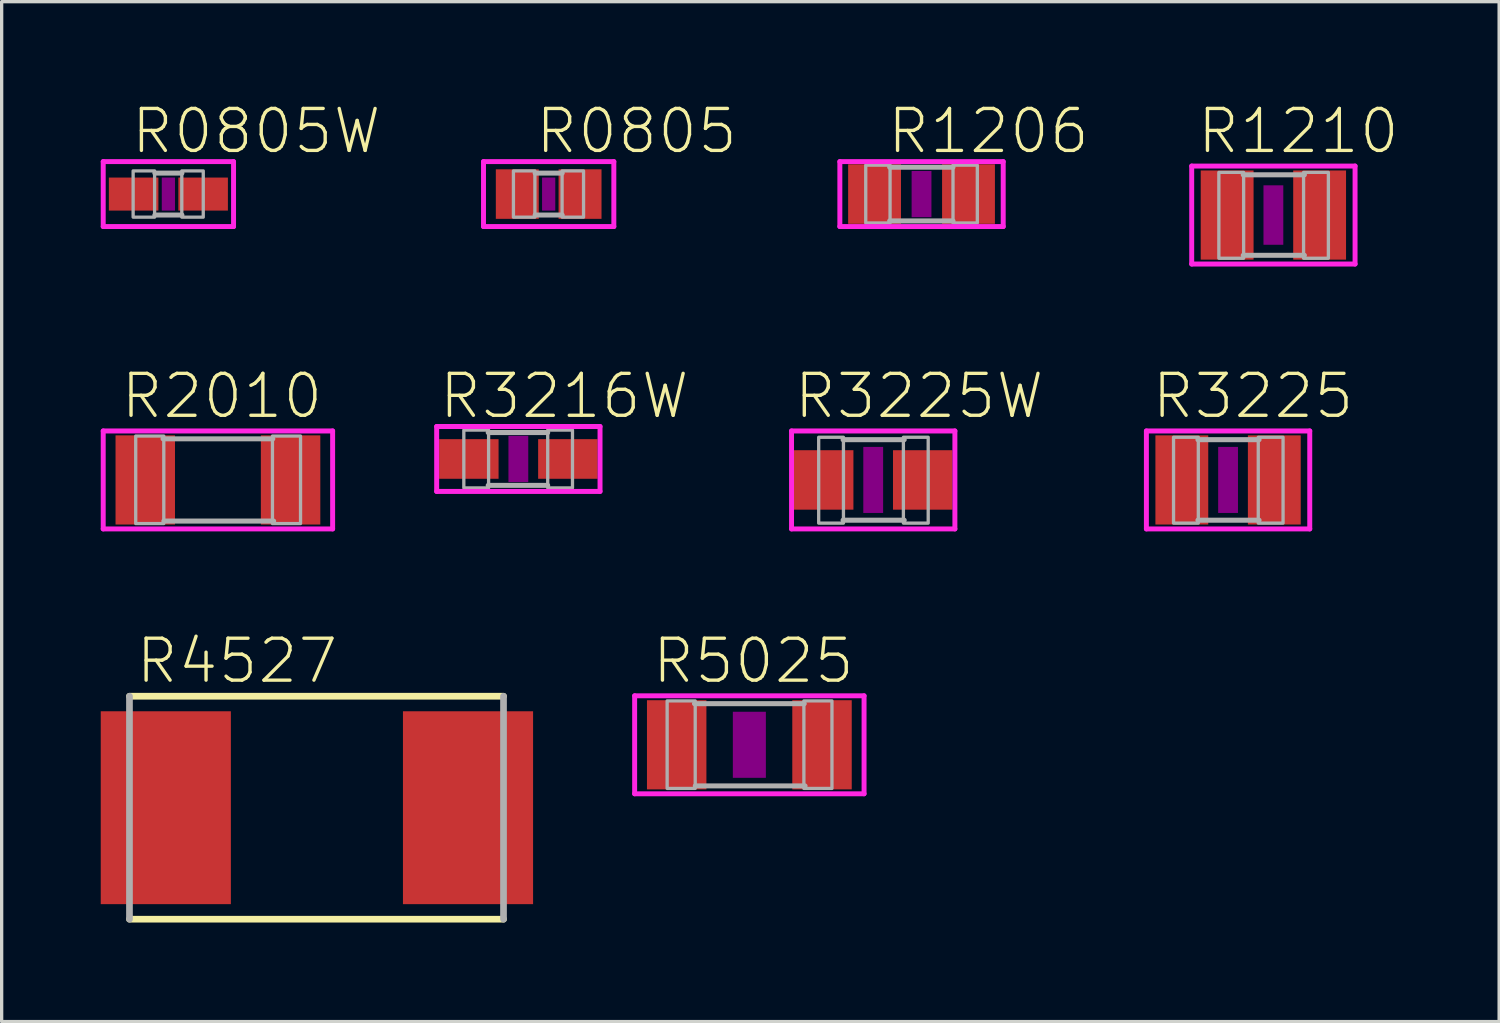
<source format=kicad_pcb>
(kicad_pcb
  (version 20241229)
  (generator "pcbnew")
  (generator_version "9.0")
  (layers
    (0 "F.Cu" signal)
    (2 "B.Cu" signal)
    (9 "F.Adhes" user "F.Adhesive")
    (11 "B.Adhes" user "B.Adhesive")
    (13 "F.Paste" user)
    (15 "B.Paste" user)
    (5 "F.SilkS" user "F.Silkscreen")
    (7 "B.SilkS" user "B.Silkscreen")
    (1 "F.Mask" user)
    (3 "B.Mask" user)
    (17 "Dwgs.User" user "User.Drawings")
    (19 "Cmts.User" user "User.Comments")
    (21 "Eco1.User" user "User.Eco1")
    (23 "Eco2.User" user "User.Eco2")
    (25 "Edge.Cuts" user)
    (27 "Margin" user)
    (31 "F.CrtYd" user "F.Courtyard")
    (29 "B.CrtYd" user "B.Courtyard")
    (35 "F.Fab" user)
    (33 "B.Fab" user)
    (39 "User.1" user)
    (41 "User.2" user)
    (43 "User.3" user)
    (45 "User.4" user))
  (footprint "R0805W"
    (layer "F.Cu")
    (at 2.048 2.826)
    (property "Reference" "R0805W" (at 2.661 -1.905 0) (layer "F.SilkS") (effects (font (size 1.27 1.27) (thickness 0.102))))
    (attr through_hole)
    (fp_poly (pts (xy -0.2 -0.5) (xy 0.2 -0.5) (xy 0.2 0.5) (xy -0.2 0.5)) (stroke (width 0) (type solid)) (fill yes) (layer "F.Adhes"))
    (fp_line (start -1.973 -0.983) (end 1.973 -0.983) (stroke (width 0.15) (type solid)) (layer "F.CrtYd"))
    (fp_line (start -1.973 0.983) (end -1.973 -0.983) (stroke (width 0.15) (type solid)) (layer "F.CrtYd"))
    (fp_line (start 1.973 -0.983) (end 1.973 0.983) (stroke (width 0.15) (type solid)) (layer "F.CrtYd"))
    (fp_line (start 1.973 0.983) (end -1.973 0.983) (stroke (width 0.15) (type solid)) (layer "F.CrtYd"))
    (fp_line (start -0.41 -0.635) (end 0.41 -0.635) (stroke (width 0.152) (type solid)) (layer "F.Fab"))
    (fp_line (start -0.41 0.635) (end 0.41 0.635) (stroke (width 0.152) (type solid)) (layer "F.Fab"))
    (fp_poly (pts (xy -1.067 -0.702) (xy -0.417 -0.702) (xy -0.417 0.699) (xy -1.067 0.699)) (stroke (width 0.1) (type solid)) (fill no) (layer "F.Fab"))
    (fp_poly (pts (xy 0.406 -0.702) (xy 1.056 -0.702) (xy 1.056 0.699) (xy 0.406 0.699)) (stroke (width 0.1) (type solid)) (fill no) (layer "F.Fab"))
    (pad "1" smd rect (at -1.052 0) (size 1.5 1) (layers "F.Cu" "F.Mask" "F.Paste"))
    (pad "2" smd rect (at 1.052 0) (size 1.5 1) (layers "F.Cu" "F.Mask" "F.Paste")))
  (footprint "R0805"
    (layer "F.Cu")
    (at 13.562 2.826)
    (property "Reference" "R0805" (at 2.661 -1.905 0) (layer "F.SilkS") (effects (font (size 1.27 1.27) (thickness 0.102))))
    (attr through_hole)
    (fp_poly (pts (xy -0.2 -0.5) (xy 0.2 -0.5) (xy 0.2 0.5) (xy -0.2 0.5)) (stroke (width 0) (type solid)) (fill yes) (layer "F.Adhes"))
    (fp_line (start -1.973 -0.983) (end 1.973 -0.983) (stroke (width 0.15) (type solid)) (layer "F.CrtYd"))
    (fp_line (start -1.973 0.983) (end -1.973 -0.983) (stroke (width 0.15) (type solid)) (layer "F.CrtYd"))
    (fp_line (start 1.973 -0.983) (end 1.973 0.983) (stroke (width 0.15) (type solid)) (layer "F.CrtYd"))
    (fp_line (start 1.973 0.983) (end -1.973 0.983) (stroke (width 0.15) (type solid)) (layer "F.CrtYd"))
    (fp_line (start -0.41 -0.635) (end 0.41 -0.635) (stroke (width 0.152) (type solid)) (layer "F.Fab"))
    (fp_line (start -0.41 0.635) (end 0.41 0.635) (stroke (width 0.152) (type solid)) (layer "F.Fab"))
    (fp_poly (pts (xy -1.067 -0.702) (xy -0.417 -0.702) (xy -0.417 0.699) (xy -1.067 0.699)) (stroke (width 0.1) (type solid)) (fill no) (layer "F.Fab"))
    (fp_poly (pts (xy 0.406 -0.702) (xy 1.056 -0.702) (xy 1.056 0.699) (xy 0.406 0.699)) (stroke (width 0.1) (type solid)) (fill no) (layer "F.Fab"))
    (pad "1" smd rect (at -0.95 0) (size 1.3 1.5) (layers "F.Cu" "F.Mask" "F.Paste"))
    (pad "2" smd rect (at 0.95 0) (size 1.3 1.5) (layers "F.Cu" "F.Mask" "F.Paste")))
  (footprint "R1210"
    (layer "F.Cu")
    (at 35.504 3.461)
    (property "Reference" "R1210" (at 0.756 -2.54 0) (layer "F.SilkS") (effects (font (size 1.27 1.27) (thickness 0.102))))
    (attr through_hole)
    (fp_poly (pts (xy -0.3 -0.9) (xy 0.3 -0.9) (xy 0.3 0.9) (xy -0.3 0.9)) (stroke (width 0) (type solid)) (fill yes) (layer "F.Adhes"))
    (fp_line (start -2.473 -1.483) (end 2.473 -1.483) (stroke (width 0.15) (type solid)) (layer "F.CrtYd"))
    (fp_line (start -2.473 1.483) (end -2.473 -1.483) (stroke (width 0.15) (type solid)) (layer "F.CrtYd"))
    (fp_line (start 2.473 -1.483) (end 2.473 1.483) (stroke (width 0.15) (type solid)) (layer "F.CrtYd"))
    (fp_line (start 2.473 1.483) (end -2.473 1.483) (stroke (width 0.15) (type solid)) (layer "F.CrtYd"))
    (fp_line (start -0.913 -1.219) (end 0.939 -1.219) (stroke (width 0.152) (type solid)) (layer "F.Fab"))
    (fp_line (start -0.913 1.219) (end 0.939 1.219) (stroke (width 0.152) (type solid)) (layer "F.Fab"))
    (fp_poly (pts (xy -1.651 -1.292) (xy -0.901 -1.292) (xy -0.901 1.308) (xy -1.651 1.308)) (stroke (width 0.1) (type solid)) (fill no) (layer "F.Fab"))
    (fp_poly (pts (xy 0.914 -1.292) (xy 1.665 -1.292) (xy 1.665 1.308) (xy 0.914 1.308)) (stroke (width 0.1) (type solid)) (fill no) (layer "F.Fab"))
    (pad "1" smd rect (at -1.4 0) (size 1.6 2.7) (layers "F.Cu" "F.Mask" "F.Paste"))
    (pad "2" smd rect (at 1.4 0) (size 1.6 2.7) (layers "F.Cu" "F.Mask" "F.Paste")))
  (footprint "R3225"
    (layer "F.Cu")
    (at 34.132 11.481)
    (property "Reference" "R3225" (at 0.756 -2.54 0) (layer "F.SilkS") (effects (font (size 1.27 1.27) (thickness 0.102))))
    (attr through_hole)
    (fp_poly (pts (xy -0.3 -1) (xy 0.3 -1) (xy 0.3 1) (xy -0.3 1)) (stroke (width 0) (type solid)) (fill yes) (layer "F.Adhes"))
    (fp_line (start -2.473 -1.483) (end 2.473 -1.483) (stroke (width 0.15) (type solid)) (layer "F.CrtYd"))
    (fp_line (start -2.473 1.483) (end -2.473 -1.483) (stroke (width 0.15) (type solid)) (layer "F.CrtYd"))
    (fp_line (start 2.473 -1.483) (end 2.473 1.483) (stroke (width 0.15) (type solid)) (layer "F.CrtYd"))
    (fp_line (start 2.473 1.483) (end -2.473 1.483) (stroke (width 0.15) (type solid)) (layer "F.CrtYd"))
    (fp_line (start -0.913 -1.219) (end 0.939 -1.219) (stroke (width 0.152) (type solid)) (layer "F.Fab"))
    (fp_line (start -0.913 1.219) (end 0.939 1.219) (stroke (width 0.152) (type solid)) (layer "F.Fab"))
    (fp_poly (pts (xy -1.651 -1.292) (xy -0.901 -1.292) (xy -0.901 1.308) (xy -1.651 1.308)) (stroke (width 0.1) (type solid)) (fill no) (layer "F.Fab"))
    (fp_poly (pts (xy 0.914 -1.292) (xy 1.665 -1.292) (xy 1.665 1.308) (xy 0.914 1.308)) (stroke (width 0.1) (type solid)) (fill no) (layer "F.Fab"))
    (pad "1" smd rect (at -1.4 0) (size 1.6 2.7) (layers "F.Cu" "F.Mask" "F.Paste"))
    (pad "2" smd rect (at 1.4 0) (size 1.6 2.7) (layers "F.Cu" "F.Mask" "F.Paste")))
  (footprint "R3216W"
    (layer "F.Cu")
    (at 12.644 10.846)
    (property "Reference" "R3216W" (at 1.391 -1.905 0) (layer "F.SilkS") (effects (font (size 1.27 1.27) (thickness 0.102))))
    (attr through_hole)
    (fp_poly (pts (xy -0.3 -0.7) (xy 0.3 -0.7) (xy 0.3 0.7) (xy -0.3 0.7)) (stroke (width 0) (type solid)) (fill yes) (layer "F.Adhes"))
    (fp_line (start -2.473 -0.983) (end 2.473 -0.983) (stroke (width 0.15) (type solid)) (layer "F.CrtYd"))
    (fp_line (start -2.473 0.983) (end -2.473 -0.983) (stroke (width 0.15) (type solid)) (layer "F.CrtYd"))
    (fp_line (start 2.473 -0.983) (end 2.473 0.983) (stroke (width 0.15) (type solid)) (layer "F.CrtYd"))
    (fp_line (start 2.473 0.983) (end -2.473 0.983) (stroke (width 0.15) (type solid)) (layer "F.CrtYd"))
    (fp_line (start -0.913 -0.8) (end 0.888 -0.8) (stroke (width 0.152) (type solid)) (layer "F.Fab"))
    (fp_line (start -0.913 0.8) (end 0.888 0.8) (stroke (width 0.152) (type solid)) (layer "F.Fab"))
    (fp_poly (pts (xy -1.651 -0.874) (xy -0.901 -0.874) (xy -0.901 0.876) (xy -1.651 0.876)) (stroke (width 0.1) (type solid)) (fill no) (layer "F.Fab"))
    (fp_poly (pts (xy 0.889 -0.874) (xy 1.639 -0.874) (xy 1.639 0.876) (xy 0.889 0.876)) (stroke (width 0.1) (type solid)) (fill no) (layer "F.Fab"))
    (pad "1" smd rect (at -1.499 0) (size 1.8 1.2) (layers "F.Cu" "F.Mask" "F.Paste"))
    (pad "2" smd rect (at 1.499 0) (size 1.8 1.2) (layers "F.Cu" "F.Mask" "F.Paste")))
  (footprint "R2010"
    (layer "F.Cu")
    (at 3.548 11.481)
    (property "Reference" "R2010" (at 0.121 -2.54 0) (layer "F.SilkS") (effects (font (size 1.27 1.27) (thickness 0.102))))
    (attr through_hole)
    (fp_line (start -3.473 -1.483) (end 3.473 -1.483) (stroke (width 0.15) (type solid)) (layer "F.CrtYd"))
    (fp_line (start -3.473 1.483) (end -3.473 -1.483) (stroke (width 0.15) (type solid)) (layer "F.CrtYd"))
    (fp_line (start 3.473 -1.483) (end 3.473 1.483) (stroke (width 0.15) (type solid)) (layer "F.CrtYd"))
    (fp_line (start 3.473 1.483) (end -3.473 1.483) (stroke (width 0.15) (type solid)) (layer "F.CrtYd"))
    (fp_line (start -1.662 -1.245) (end 1.662 -1.245) (stroke (width 0.152) (type solid)) (layer "F.Fab"))
    (fp_line (start -1.637 1.245) (end 1.687 1.245) (stroke (width 0.152) (type solid)) (layer "F.Fab"))
    (fp_poly (pts (xy -2.489 -1.329) (xy -1.639 -1.329) (xy -1.639 1.321) (xy -2.489 1.321)) (stroke (width 0.1) (type solid)) (fill no) (layer "F.Fab"))
    (fp_poly (pts (xy 1.651 -1.329) (xy 2.501 -1.329) (xy 2.501 1.321) (xy 1.651 1.321)) (stroke (width 0.1) (type solid)) (fill no) (layer "F.Fab"))
    (pad "1" smd rect (at -2.2 0) (size 1.8 2.7) (layers "F.Cu" "F.Mask" "F.Paste"))
    (pad "2" smd rect (at 2.2 0) (size 1.8 2.7) (layers "F.Cu" "F.Mask" "F.Paste")))
  (footprint "R1206"
    (layer "F.Cu")
    (at 24.851 2.826)
    (property "Reference" "R1206" (at 2.026 -1.905 0) (layer "F.SilkS") (effects (font (size 1.27 1.27) (thickness 0.102))))
    (attr through_hole)
    (fp_poly (pts (xy -0.3 -0.7) (xy 0.3 -0.7) (xy 0.3 0.7) (xy -0.3 0.7)) (stroke (width 0) (type solid)) (fill yes) (layer "F.Adhes"))
    (fp_line (start -2.473 -0.983) (end 2.473 -0.983) (stroke (width 0.15) (type solid)) (layer "F.CrtYd"))
    (fp_line (start -2.473 0.983) (end -2.473 -0.983) (stroke (width 0.15) (type solid)) (layer "F.CrtYd"))
    (fp_line (start 2.473 -0.983) (end 2.473 0.983) (stroke (width 0.15) (type solid)) (layer "F.CrtYd"))
    (fp_line (start 2.473 0.983) (end -2.473 0.983) (stroke (width 0.15) (type solid)) (layer "F.CrtYd"))
    (fp_line (start 0.953 -0.813) (end -0.965 -0.813) (stroke (width 0.152) (type solid)) (layer "F.Fab"))
    (fp_line (start 0.953 0.813) (end -0.965 0.813) (stroke (width 0.152) (type solid)) (layer "F.Fab"))
    (fp_poly (pts (xy -1.689 -0.876) (xy -0.953 -0.876) (xy -0.953 0.876) (xy -1.689 0.876)) (stroke (width 0.1) (type solid)) (fill no) (layer "F.Fab"))
    (fp_poly (pts (xy 0.953 -0.876) (xy 1.689 -0.876) (xy 1.689 0.876) (xy 0.953 0.876)) (stroke (width 0.1) (type solid)) (fill no) (layer "F.Fab"))
    (pad "1" smd rect (at -1.422 0) (size 1.6 1.803) (layers "F.Cu" "F.Mask" "F.Paste"))
    (pad "2" smd rect (at 1.422 0) (size 1.6 1.803) (layers "F.Cu" "F.Mask" "F.Paste")))
  (footprint "R4527"
    (layer "F.Cu")
    (at 6.545 21.405)
    (property "Reference" "R4527" (at -2.419 -4.445 0) (layer "F.SilkS") (effects (font (size 1.27 1.27) (thickness 0.102))))
    (attr through_hole)
    (fp_line (start -5.675 3.375) (end 5.65 3.375) (stroke (width 0.203) (type solid)) (layer "F.SilkS"))
    (fp_line (start 5.65 -3.375) (end -5.675 -3.375) (stroke (width 0.203) (type solid)) (layer "F.SilkS"))
    (fp_line (start -5.675 -3.375) (end -5.675 3.375) (stroke (width 0.203) (type solid)) (layer "F.Fab"))
    (fp_line (start 5.65 3.375) (end 5.65 -3.375) (stroke (width 0.203) (type solid)) (layer "F.Fab"))
    (pad "1" smd rect (at -4.575 0) (size 3.94 5.84) (layers "F.Cu" "F.Mask" "F.Paste"))
    (pad "2" smd rect (at 4.575 0) (size 3.94 5.84) (layers "F.Cu" "F.Mask" "F.Paste")))
  (footprint "R5025"
    (layer "F.Cu")
    (at 19.638 19.5)
    (property "Reference" "R5025" (at 0.121 -2.54 0) (layer "F.SilkS") (effects (font (size 1.27 1.27) (thickness 0.102))))
    (attr through_hole)
    (fp_poly (pts (xy -0.5 -1) (xy 0.5 -1) (xy 0.5 1) (xy -0.5 1)) (stroke (width 0) (type solid)) (fill yes) (layer "F.Adhes"))
    (fp_line (start -3.473 -1.483) (end 3.473 -1.483) (stroke (width 0.15) (type solid)) (layer "F.CrtYd"))
    (fp_line (start -3.473 1.483) (end -3.473 -1.483) (stroke (width 0.15) (type solid)) (layer "F.CrtYd"))
    (fp_line (start 3.473 -1.483) (end 3.473 1.483) (stroke (width 0.15) (type solid)) (layer "F.CrtYd"))
    (fp_line (start 3.473 1.483) (end -3.473 1.483) (stroke (width 0.15) (type solid)) (layer "F.CrtYd"))
    (fp_line (start -1.662 -1.245) (end 1.662 -1.245) (stroke (width 0.152) (type solid)) (layer "F.Fab"))
    (fp_line (start -1.637 1.245) (end 1.687 1.245) (stroke (width 0.152) (type solid)) (layer "F.Fab"))
    (fp_poly (pts (xy -2.489 -1.329) (xy -1.639 -1.329) (xy -1.639 1.321) (xy -2.489 1.321)) (stroke (width 0.1) (type solid)) (fill no) (layer "F.Fab"))
    (fp_poly (pts (xy 1.651 -1.329) (xy 2.501 -1.329) (xy 2.501 1.321) (xy 1.651 1.321)) (stroke (width 0.1) (type solid)) (fill no) (layer "F.Fab"))
    (pad "1" smd rect (at -2.2 0) (size 1.8 2.7) (layers "F.Cu" "F.Mask" "F.Paste"))
    (pad "2" smd rect (at 2.2 0) (size 1.8 2.7) (layers "F.Cu" "F.Mask" "F.Paste")))
  (footprint "R3225W"
    (layer "F.Cu")
    (at 23.388 11.481)
    (property "Reference" "R3225W" (at 1.391 -2.54 0) (layer "F.SilkS") (effects (font (size 1.27 1.27) (thickness 0.102))))
    (attr through_hole)
    (fp_poly (pts (xy -0.3 -1) (xy 0.3 -1) (xy 0.3 1) (xy -0.3 1)) (stroke (width 0) (type solid)) (fill yes) (layer "F.Adhes"))
    (fp_line (start -2.473 -1.483) (end 2.473 -1.483) (stroke (width 0.15) (type solid)) (layer "F.CrtYd"))
    (fp_line (start -2.473 1.483) (end -2.473 -1.483) (stroke (width 0.15) (type solid)) (layer "F.CrtYd"))
    (fp_line (start 2.473 -1.483) (end 2.473 1.483) (stroke (width 0.15) (type solid)) (layer "F.CrtYd"))
    (fp_line (start 2.473 1.483) (end -2.473 1.483) (stroke (width 0.15) (type solid)) (layer "F.CrtYd"))
    (fp_line (start -0.913 -1.219) (end 0.939 -1.219) (stroke (width 0.152) (type solid)) (layer "F.Fab"))
    (fp_line (start -0.913 1.219) (end 0.939 1.219) (stroke (width 0.152) (type solid)) (layer "F.Fab"))
    (fp_poly (pts (xy -1.651 -1.292) (xy -0.901 -1.292) (xy -0.901 1.308) (xy -1.651 1.308)) (stroke (width 0.1) (type solid)) (fill no) (layer "F.Fab"))
    (fp_poly (pts (xy 0.914 -1.292) (xy 1.665 -1.292) (xy 1.665 1.308) (xy 0.914 1.308)) (stroke (width 0.1) (type solid)) (fill no) (layer "F.Fab"))
    (pad "1" smd rect (at -1.499 0) (size 1.8 1.8) (layers "F.Cu" "F.Mask" "F.Paste"))
    (pad "2" smd rect (at 1.499 0) (size 1.8 1.8) (layers "F.Cu" "F.Mask" "F.Paste")))
  (gr_rect
    (start -3 -3)
    (end 42.339 27.881)
    (stroke (width 0.1) (type default))
    (fill no)
    (layer "Edge.Cuts")))
</source>
